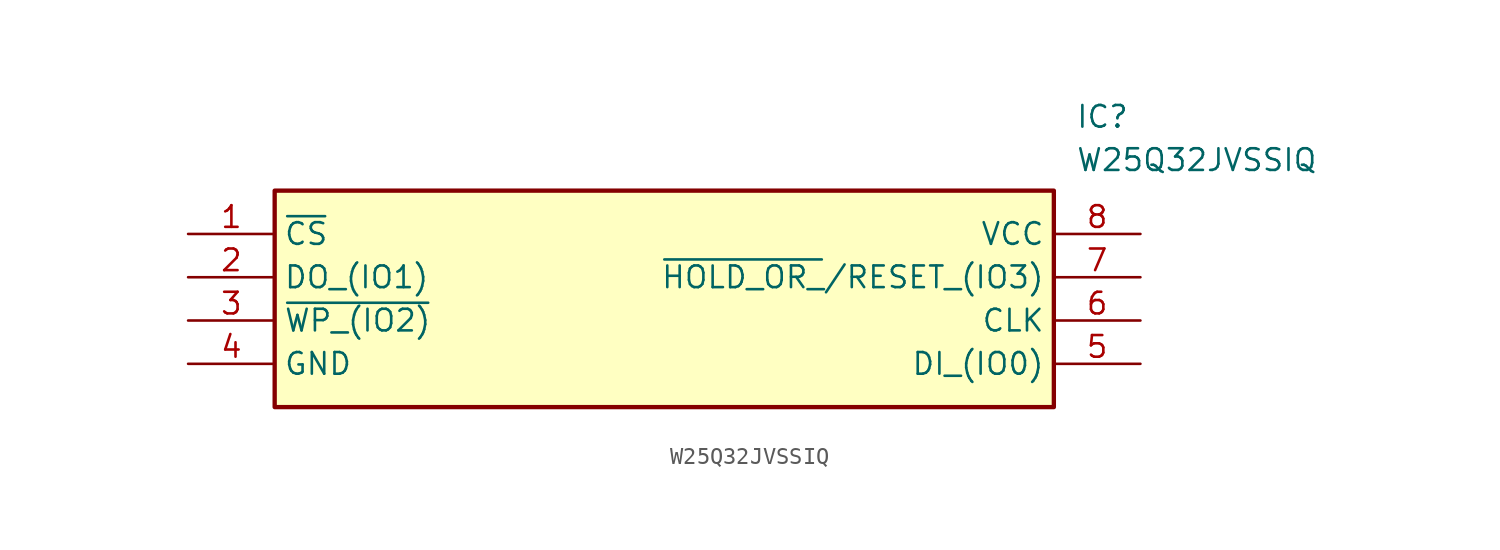
<source format=kicad_sym>
(kicad_symbol_lib
  (version 20211014)
  (generator SamacSys_ECAD_Model)
  (symbol "W25Q32JVSSIQ"
    (property "Reference" "IC"
      (at 52.07 7.62 0)
      (effects (font (size 1.27 1.27)) (justify left top)))
    (property "Value" "W25Q32JVSSIQ"
      (at 52.07 5.08 0)
      (effects (font (size 1.27 1.27)) (justify left top)))
    (rectangle
      (start 5.08 2.54)
      (end 50.8 -10.16)
      (stroke (width 0.254) (type default))
      (fill (type background)))
    (pin passive line
      (at 0 0 0)
      (length 5.08)
      (name "~{CS}" (effects (font (size 1.27 1.27))))
      (number "1" (effects (font (size 1.27 1.27)))))
    (pin passive line
      (at 0 -2.54 0)
      (length 5.08)
      (name "DO_(IO1)" (effects (font (size 1.27 1.27))))
      (number "2" (effects (font (size 1.27 1.27)))))
    (pin passive line
      (at 0 -5.08 0)
      (length 5.08)
      (name "~{WP_(IO2)}" (effects (font (size 1.27 1.27))))
      (number "3" (effects (font (size 1.27 1.27)))))
    (pin passive line
      (at 0 -7.62 0)
      (length 5.08)
      (name "GND" (effects (font (size 1.27 1.27))))
      (number "4" (effects (font (size 1.27 1.27)))))
    (pin passive line
      (at 55.88 0 180)
      (length 5.08)
      (name "VCC" (effects (font (size 1.27 1.27))))
      (number "8" (effects (font (size 1.27 1.27)))))
    (pin passive line
      (at 55.88 -2.54 180)
      (length 5.08)
      (name "~{HOLD_OR_}/RESET_(IO3)" (effects (font (size 1.27 1.27))))
      (number "7" (effects (font (size 1.27 1.27)))))
    (pin passive line
      (at 55.88 -5.08 180)
      (length 5.08)
      (name "CLK" (effects (font (size 1.27 1.27))))
      (number "6" (effects (font (size 1.27 1.27)))))
    (pin passive line
      (at 55.88 -7.62 180)
      (length 5.08)
      (name "DI_(IO0)" (effects (font (size 1.27 1.27))))
      (number "5" (effects (font (size 1.27 1.27)))))))
</source>
